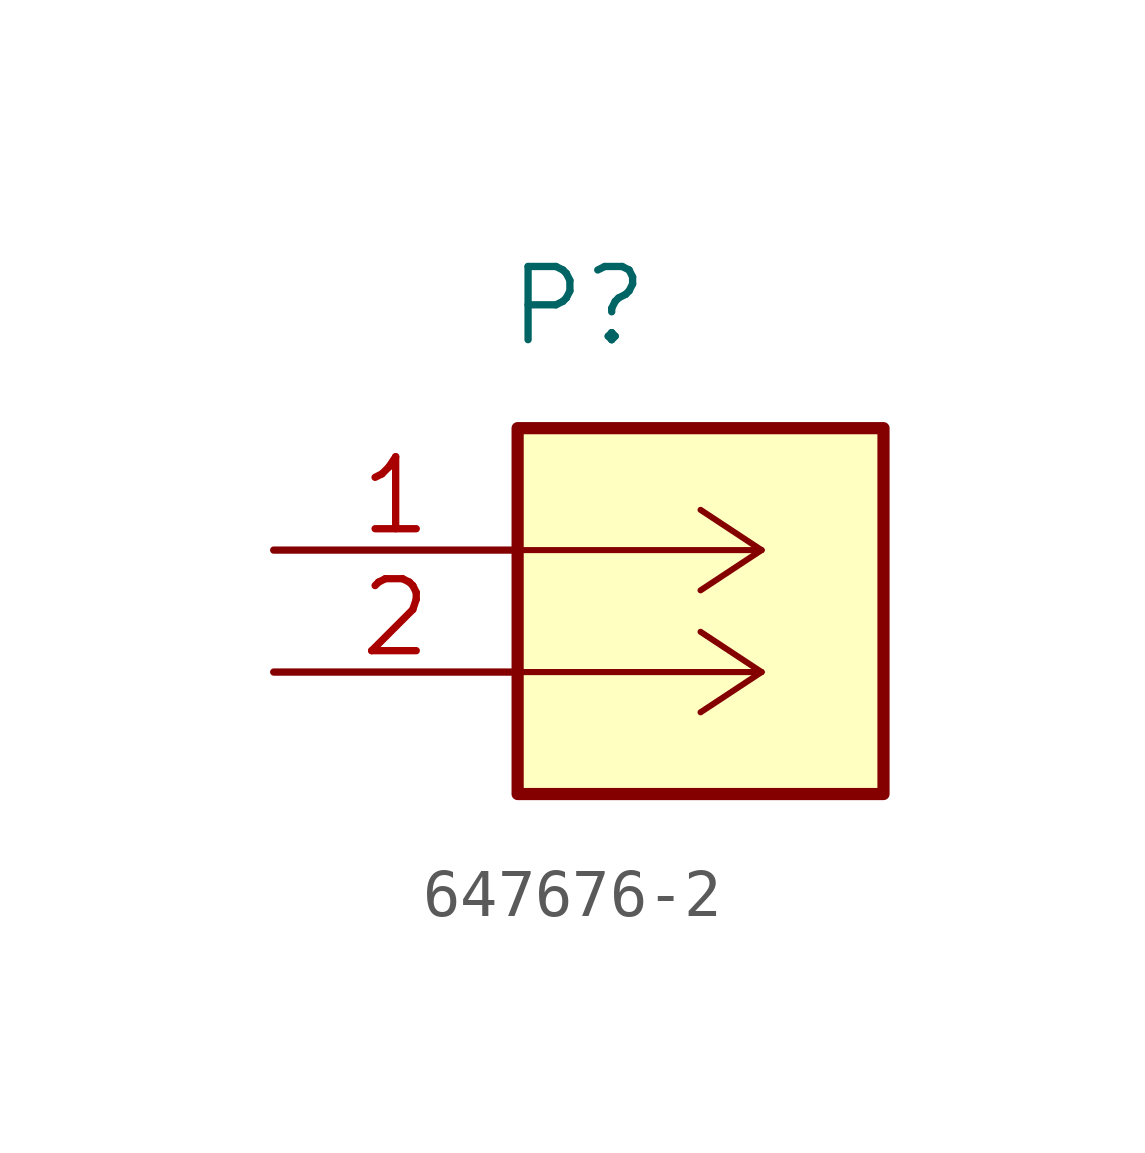
<source format=kicad_sym>
(kicad_symbol_lib
  (version 20211014)
  (generator kicad_symbol_editor)
  (symbol "647676-2"
    (pin_names
      (offset 0.254) hide)
    (property "Reference" "P"
      (at 6.35 5.08 0)
      (effects (font (size 1.524 1.524))))
    (symbol "647676-2_0_0"
      (rectangle (start 5.08 2.54) (end 12.7 -5.08) (stroke (width 0.254) (type default) (color 0 0 0 0)) (fill (type background))))
    (symbol "647676-2_1_1"
      (polyline (pts (xy 5.08 -5.08) (xy 12.7 -5.08)) (stroke (width 0.127) (type default) (color 0 0 0 0)) (fill (type none)))
      (polyline (pts (xy 5.08 2.54) (xy 5.08 -5.08)) (stroke (width 0.127) (type default) (color 0 0 0 0)) (fill (type none)))
      (polyline (pts (xy 10.16 -2.54) (xy 5.08 -2.54)) (stroke (width 0.127) (type default) (color 0 0 0 0)) (fill (type none)))
      (polyline (pts (xy 10.16 -2.54) (xy 8.89 -3.378)) (stroke (width 0.127) (type default) (color 0 0 0 0)) (fill (type none)))
      (polyline (pts (xy 10.16 -2.54) (xy 8.89 -1.702)) (stroke (width 0.127) (type default) (color 0 0 0 0)) (fill (type none)))
      (polyline (pts (xy 10.16 0) (xy 5.08 0)) (stroke (width 0.127) (type default) (color 0 0 0 0)) (fill (type none)))
      (polyline (pts (xy 10.16 0) (xy 8.89 -0.838)) (stroke (width 0.127) (type default) (color 0 0 0 0)) (fill (type none)))
      (polyline (pts (xy 10.16 0) (xy 8.89 0.838)) (stroke (width 0.127) (type default) (color 0 0 0 0)) (fill (type none)))
      (polyline (pts (xy 12.7 -5.08) (xy 12.7 2.54)) (stroke (width 0.127) (type default) (color 0 0 0 0)) (fill (type none)))
      (polyline (pts (xy 12.7 2.54) (xy 5.08 2.54)) (stroke (width 0.127) (type default) (color 0 0 0 0)) (fill (type none)))
      (pin passive line (at 0 0 0) (length 5.08) (name "1" (effects (font (size 1.499 1.499)))) (number "1" (effects (font (size 1.499 1.499)))))
      (pin passive line (at 0 -2.54 0) (length 5.08) (name "2" (effects (font (size 1.499 1.499)))) (number "2" (effects (font (size 1.499 1.499))))))))
</source>
